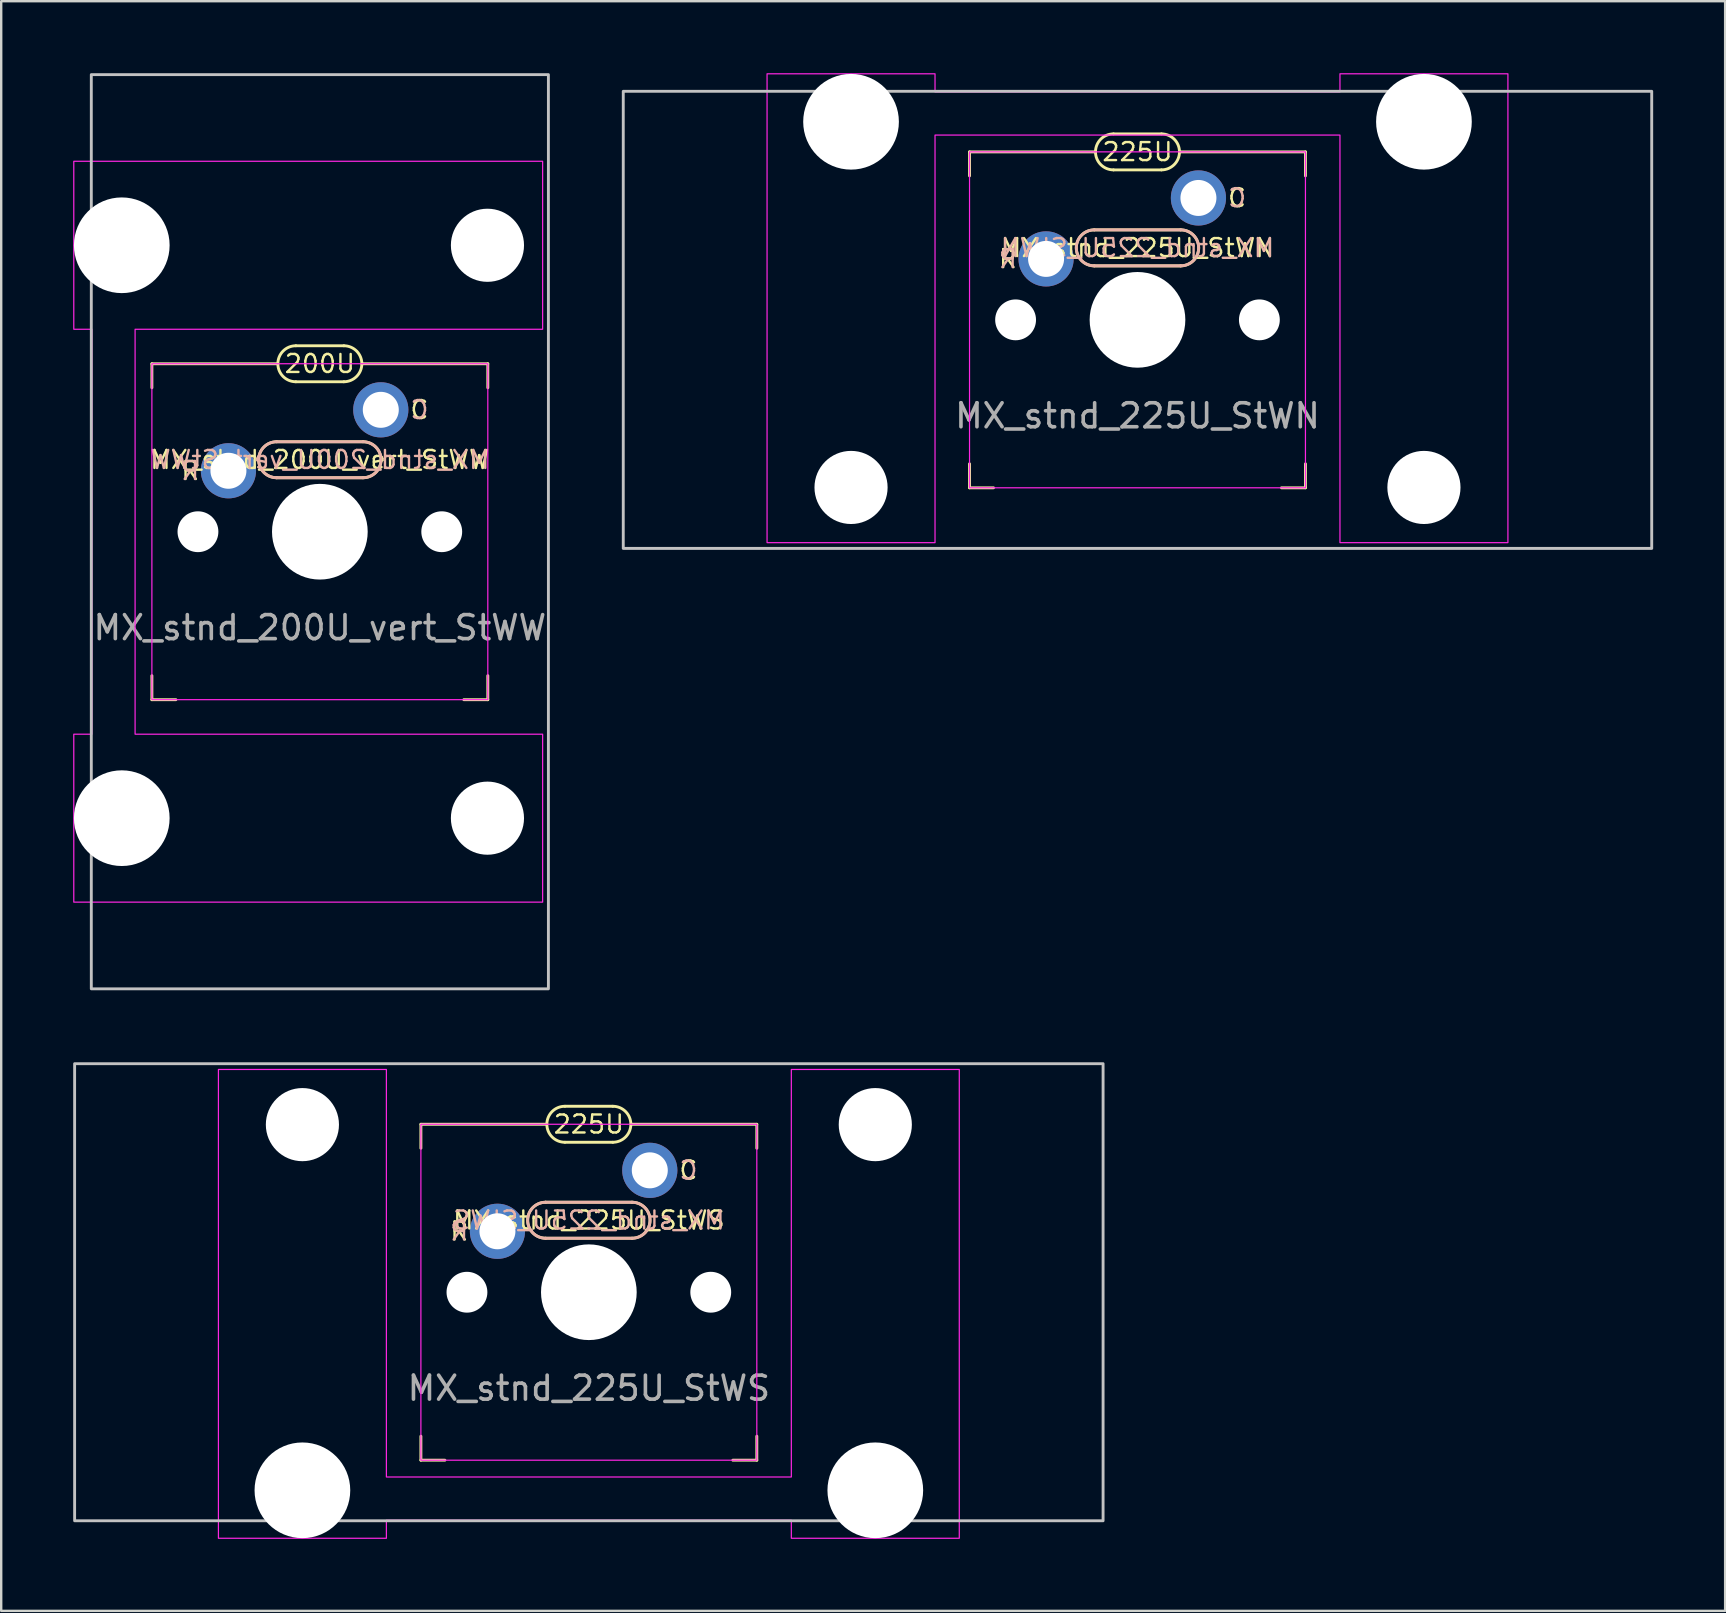
<source format=kicad_pcb>
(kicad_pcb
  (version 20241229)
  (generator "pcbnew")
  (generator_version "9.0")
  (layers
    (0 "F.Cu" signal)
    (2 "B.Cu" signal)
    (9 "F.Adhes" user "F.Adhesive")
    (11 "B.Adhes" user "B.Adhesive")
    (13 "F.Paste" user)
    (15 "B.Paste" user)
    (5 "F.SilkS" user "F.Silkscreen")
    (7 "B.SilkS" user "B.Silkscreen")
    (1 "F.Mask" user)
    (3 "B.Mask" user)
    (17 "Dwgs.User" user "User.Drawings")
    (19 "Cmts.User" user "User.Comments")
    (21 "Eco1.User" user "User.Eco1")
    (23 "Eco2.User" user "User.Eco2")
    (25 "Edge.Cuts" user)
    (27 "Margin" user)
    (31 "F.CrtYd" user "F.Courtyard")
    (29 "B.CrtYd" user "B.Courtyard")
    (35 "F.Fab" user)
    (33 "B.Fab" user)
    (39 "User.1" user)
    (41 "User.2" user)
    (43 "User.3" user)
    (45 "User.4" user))
  (footprint "MX_stnd_200U_vert_StWW"
    (layer "F.Cu")
    (at 10.28 19.11)
    (property "Reference" "MX_stnd_200U_vert_StWW" (at 0 -3 0) (unlocked yes) (layer "F.SilkS") (effects (font (size 0.75 0.75) (thickness 0.1))))
    (attr through_hole)
    (fp_line (start -7 -7) (end -1.75 -7) (stroke (width 0.12) (type solid)) (layer "F.SilkS"))
    (fp_line (start -7 -6) (end -7 -7) (stroke (width 0.12) (type solid)) (layer "F.SilkS"))
    (fp_line (start -7 7) (end -7 6) (stroke (width 0.12) (type solid)) (layer "F.SilkS"))
    (fp_line (start -6 7) (end -7 7) (stroke (width 0.12) (type solid)) (layer "F.SilkS"))
    (fp_line (start -1.8 -3.75) (end 1.8 -3.75) (stroke (width 0.12) (type solid)) (layer "F.SilkS"))
    (fp_line (start -1 -7.75) (end 1 -7.75) (stroke (width 0.12) (type solid)) (layer "F.SilkS"))
    (fp_line (start 1 -6.25) (end -1 -6.25) (stroke (width 0.12) (type solid)) (layer "F.SilkS"))
    (fp_line (start 1.8 -2.25) (end -1.8 -2.25) (stroke (width 0.12) (type solid)) (layer "F.SilkS"))
    (fp_line (start 6 7) (end 7 7) (stroke (width 0.12) (type solid)) (layer "F.SilkS"))
    (fp_line (start 7 -7) (end 1.75 -7) (stroke (width 0.12) (type solid)) (layer "F.SilkS"))
    (fp_line (start 7 -7) (end 7 -6) (stroke (width 0.12) (type solid)) (layer "F.SilkS"))
    (fp_line (start 7 7) (end 7 6) (stroke (width 0.12) (type solid)) (layer "F.SilkS"))
    (fp_arc (start -1.8 -2.25) (mid -2.55 -3) (end -1.8 -3.75) (stroke (width 0.12) (type solid)) (layer "F.SilkS"))
    (fp_arc (start -1 -6.25) (mid -1.75 -7) (end -1 -7.75) (stroke (width 0.12) (type solid)) (layer "F.SilkS"))
    (fp_arc (start 1 -7.75) (mid 1.75 -7) (end 1 -6.25) (stroke (width 0.12) (type solid)) (layer "F.SilkS"))
    (fp_arc (start 1.8 -3.75) (mid 2.55 -3) (end 1.8 -2.25) (stroke (width 0.12) (type solid)) (layer "F.SilkS"))
    (fp_line (start -1.8 -2.25) (end 1.8 -2.25) (stroke (width 0.12) (type solid)) (layer "B.SilkS"))
    (fp_line (start 1.8 -3.75) (end -1.8 -3.75) (stroke (width 0.12) (type solid)) (layer "B.SilkS"))
    (fp_arc (start -1.8 -2.25) (mid -2.55 -3) (end -1.8 -3.75) (stroke (width 0.12) (type solid)) (layer "B.SilkS"))
    (fp_arc (start 1.8 -3.75) (mid 2.55 -3) (end 1.8 -2.25) (stroke (width 0.12) (type solid)) (layer "B.SilkS"))
    (fp_rect (start -9.525 19.05) (end 9.525 -19.05) (stroke (width 0.12) (type solid)) (fill no) (layer "Dwgs.User"))
    (fp_rect (start -7 -7) (end 7 7) (stroke (width 0.05) (type solid)) (fill no) (layer "F.CrtYd"))
    (fp_poly (pts (xy -7.7 -8.438) (xy -7.7 8.438) (xy 9.285 8.438) (xy 9.285 15.438) (xy -10.255 15.438) (xy -10.255 8.438) (xy -9.5 8.438) (xy -9.5 -8.438) (xy -10.255 -8.438) (xy -10.255 -15.438) (xy 9.285 -15.438) (xy 9.285 -8.438)) (stroke (width 0.05) (type solid)) (fill no) (layer "F.CrtYd"))
    (fp_text user "200U" (at 0 -7 0) (unlocked yes) (layer "F.SilkS") (effects (font (size 0.75 0.75) (thickness 0.1))))
    (fp_text user "C" (at 4.15 -5.08 0) (unlocked yes) (layer "F.SilkS") (effects (font (size 0.75 0.75) (thickness 0.1))))
    (fp_text user "R" (at -5.4 -2.54 0) (unlocked yes) (layer "F.SilkS") (effects (font (size 0.75 0.75) (thickness 0.1))))
    (fp_text user "${REFERENCE}" (at 0 -3 0) (unlocked yes) (layer "B.SilkS") (effects (font (size 0.75 0.75) (thickness 0.1)) (justify mirror)))
    (fp_text user "C" (at 4.15 -5.08 0) (unlocked yes) (layer "B.SilkS") (effects (font (size 0.75 0.75) (thickness 0.1)) (justify mirror)))
    (fp_text user "R" (at -5.4 -2.54 0) (unlocked yes) (layer "B.SilkS") (effects (font (size 0.75 0.75) (thickness 0.1)) (justify mirror)))
    (fp_text user "${REFERENCE}" (at 0 4 0) (unlocked yes) (layer "F.Fab") (effects (font (size 1 1) (thickness 0.15))))
    (pad "" np_thru_hole circle (at -8.255 -11.938 270) (size 3.988 3.988) (drill 3.988) (layers "*.Cu" "*.Mask"))
    (pad "" np_thru_hole circle (at -8.255 11.938 270) (size 3.988 3.988) (drill 3.988) (layers "*.Cu" "*.Mask"))
    (pad "" np_thru_hole circle (at -5.08 0) (size 1.702 1.702) (drill 1.702) (layers "*.Cu" "*.Mask"))
    (pad "" np_thru_hole circle (at 0 0) (size 3.988 3.988) (drill 3.988) (layers "*.Cu" "*.Mask"))
    (pad "" np_thru_hole circle (at 5.08 0) (size 1.702 1.702) (drill 1.702) (layers "*.Cu" "*.Mask"))
    (pad "" np_thru_hole circle (at 6.985 -11.938 270) (size 3.048 3.048) (drill 3.048) (layers "*.Cu" "*.Mask"))
    (pad "" np_thru_hole circle (at 6.985 11.938 270) (size 3.048 3.048) (drill 3.048) (layers "*.Cu" "*.Mask"))
    (pad "1" thru_hole circle (at 2.54 -5.08) (size 2.3 2.3) (drill 1.5) (layers "*.Cu" "*.Mask"))
    (pad "2" thru_hole circle (at -3.81 -2.54) (size 2.3 2.3) (drill 1.5) (layers "*.Cu" "*.Mask")))
  (footprint "MX_stnd_225U_StWS"
    (layer "F.Cu")
    (at 21.491 50.805)
    (property "Reference" "MX_stnd_225U_StWS" (at 0 -3 0) (unlocked yes) (layer "F.SilkS") (effects (font (size 0.75 0.75) (thickness 0.1))))
    (attr through_hole)
    (fp_line (start -7 -7) (end -1.75 -7) (stroke (width 0.12) (type solid)) (layer "F.SilkS"))
    (fp_line (start -7 -6) (end -7 -7) (stroke (width 0.12) (type solid)) (layer "F.SilkS"))
    (fp_line (start -7 7) (end -7 6) (stroke (width 0.12) (type solid)) (layer "F.SilkS"))
    (fp_line (start -6 7) (end -7 7) (stroke (width 0.12) (type solid)) (layer "F.SilkS"))
    (fp_line (start -1.8 -3.75) (end 1.8 -3.75) (stroke (width 0.12) (type solid)) (layer "F.SilkS"))
    (fp_line (start -1 -7.75) (end 1 -7.75) (stroke (width 0.12) (type solid)) (layer "F.SilkS"))
    (fp_line (start 1 -6.25) (end -1 -6.25) (stroke (width 0.12) (type solid)) (layer "F.SilkS"))
    (fp_line (start 1.8 -2.25) (end -1.8 -2.25) (stroke (width 0.12) (type solid)) (layer "F.SilkS"))
    (fp_line (start 6 7) (end 7 7) (stroke (width 0.12) (type solid)) (layer "F.SilkS"))
    (fp_line (start 7 -7) (end 1.75 -7) (stroke (width 0.12) (type solid)) (layer "F.SilkS"))
    (fp_line (start 7 -7) (end 7 -6) (stroke (width 0.12) (type solid)) (layer "F.SilkS"))
    (fp_line (start 7 7) (end 7 6) (stroke (width 0.12) (type solid)) (layer "F.SilkS"))
    (fp_arc (start -1.8 -2.25) (mid -2.55 -3) (end -1.8 -3.75) (stroke (width 0.12) (type solid)) (layer "F.SilkS"))
    (fp_arc (start -1 -6.25) (mid -1.75 -7) (end -1 -7.75) (stroke (width 0.12) (type solid)) (layer "F.SilkS"))
    (fp_arc (start 1 -7.75) (mid 1.75 -7) (end 1 -6.25) (stroke (width 0.12) (type solid)) (layer "F.SilkS"))
    (fp_arc (start 1.8 -3.75) (mid 2.55 -3) (end 1.8 -2.25) (stroke (width 0.12) (type solid)) (layer "F.SilkS"))
    (fp_line (start -1.8 -2.25) (end 1.8 -2.25) (stroke (width 0.12) (type solid)) (layer "B.SilkS"))
    (fp_line (start 1.8 -3.75) (end -1.8 -3.75) (stroke (width 0.12) (type solid)) (layer "B.SilkS"))
    (fp_arc (start -1.8 -2.25) (mid -2.55 -3) (end -1.8 -3.75) (stroke (width 0.12) (type solid)) (layer "B.SilkS"))
    (fp_arc (start 1.8 -3.75) (mid 2.55 -3) (end 1.8 -2.25) (stroke (width 0.12) (type solid)) (layer "B.SilkS"))
    (fp_rect (start -21.431 -9.525) (end 21.431 9.525) (stroke (width 0.12) (type solid)) (fill no) (layer "Dwgs.User"))
    (fp_rect (start -7 -7) (end 7 7) (stroke (width 0.05) (type solid)) (fill no) (layer "F.CrtYd"))
    (fp_poly (pts (xy -8.438 7.7) (xy 8.438 7.7) (xy 8.438 -9.285) (xy 15.438 -9.285) (xy 15.438 10.255) (xy 8.438 10.255) (xy 8.438 9.5) (xy -8.438 9.5) (xy -8.438 10.255) (xy -15.438 10.255) (xy -15.438 -9.285) (xy -8.438 -9.285)) (stroke (width 0.05) (type solid)) (fill no) (layer "F.CrtYd"))
    (fp_text user "C" (at 4.15 -5.08 0) (unlocked yes) (layer "F.SilkS") (effects (font (size 0.75 0.75) (thickness 0.1))))
    (fp_text user "225U" (at 0 -7 0) (unlocked yes) (layer "F.SilkS") (effects (font (size 0.75 0.75) (thickness 0.1))))
    (fp_text user "R" (at -5.4 -2.54 0) (unlocked yes) (layer "F.SilkS") (effects (font (size 0.75 0.75) (thickness 0.1))))
    (fp_text user "R" (at -5.4 -2.54 0) (unlocked yes) (layer "B.SilkS") (effects (font (size 0.75 0.75) (thickness 0.1)) (justify mirror)))
    (fp_text user "C" (at 4.15 -5.08 0) (unlocked yes) (layer "B.SilkS") (effects (font (size 0.75 0.75) (thickness 0.1)) (justify mirror)))
    (fp_text user "${REFERENCE}" (at 0 -3 0) (unlocked yes) (layer "B.SilkS") (effects (font (size 0.75 0.75) (thickness 0.1)) (justify mirror)))
    (fp_text user "${REFERENCE}" (at 0 4 0) (unlocked yes) (layer "F.Fab") (effects (font (size 1 1) (thickness 0.15))))
    (pad "" np_thru_hole circle (at -11.938 -6.985) (size 3.048 3.048) (drill 3.048) (layers "*.Cu" "*.Mask"))
    (pad "" np_thru_hole circle (at -11.938 8.255) (size 3.988 3.988) (drill 3.988) (layers "*.Cu" "*.Mask"))
    (pad "" np_thru_hole circle (at -5.08 0) (size 1.702 1.702) (drill 1.702) (layers "*.Cu" "*.Mask"))
    (pad "" np_thru_hole circle (at 0 0) (size 3.988 3.988) (drill 3.988) (layers "*.Cu" "*.Mask"))
    (pad "" np_thru_hole circle (at 5.08 0) (size 1.702 1.702) (drill 1.702) (layers "*.Cu" "*.Mask"))
    (pad "" np_thru_hole circle (at 11.938 -6.985) (size 3.048 3.048) (drill 3.048) (layers "*.Cu" "*.Mask"))
    (pad "" np_thru_hole circle (at 11.938 8.255) (size 3.988 3.988) (drill 3.988) (layers "*.Cu" "*.Mask"))
    (pad "1" thru_hole circle (at 2.54 -5.08) (size 2.3 2.3) (drill 1.5) (layers "*.Cu" "*.Mask"))
    (pad "2" thru_hole circle (at -3.81 -2.54) (size 2.3 2.3) (drill 1.5) (layers "*.Cu" "*.Mask")))
  (footprint "MX_stnd_225U_StWN"
    (layer "F.Cu")
    (at 44.356 10.28)
    (property "Reference" "MX_stnd_225U_StWN" (at 0 -3 0) (unlocked yes) (layer "F.SilkS") (effects (font (size 0.75 0.75) (thickness 0.1))))
    (attr through_hole)
    (fp_line (start -7 -7) (end -1.75 -7) (stroke (width 0.12) (type solid)) (layer "F.SilkS"))
    (fp_line (start -7 -6) (end -7 -7) (stroke (width 0.12) (type solid)) (layer "F.SilkS"))
    (fp_line (start -7 7) (end -7 6) (stroke (width 0.12) (type solid)) (layer "F.SilkS"))
    (fp_line (start -6 7) (end -7 7) (stroke (width 0.12) (type solid)) (layer "F.SilkS"))
    (fp_line (start -1.8 -3.75) (end 1.8 -3.75) (stroke (width 0.12) (type solid)) (layer "F.SilkS"))
    (fp_line (start -1 -7.75) (end 1 -7.75) (stroke (width 0.12) (type solid)) (layer "F.SilkS"))
    (fp_line (start 1 -6.25) (end -1 -6.25) (stroke (width 0.12) (type solid)) (layer "F.SilkS"))
    (fp_line (start 1.8 -2.25) (end -1.8 -2.25) (stroke (width 0.12) (type solid)) (layer "F.SilkS"))
    (fp_line (start 6 7) (end 7 7) (stroke (width 0.12) (type solid)) (layer "F.SilkS"))
    (fp_line (start 7 -7) (end 1.75 -7) (stroke (width 0.12) (type solid)) (layer "F.SilkS"))
    (fp_line (start 7 -7) (end 7 -6) (stroke (width 0.12) (type solid)) (layer "F.SilkS"))
    (fp_line (start 7 7) (end 7 6) (stroke (width 0.12) (type solid)) (layer "F.SilkS"))
    (fp_arc (start -1.8 -2.25) (mid -2.55 -3) (end -1.8 -3.75) (stroke (width 0.12) (type solid)) (layer "F.SilkS"))
    (fp_arc (start -1 -6.25) (mid -1.75 -7) (end -1 -7.75) (stroke (width 0.12) (type solid)) (layer "F.SilkS"))
    (fp_arc (start 1 -7.75) (mid 1.75 -7) (end 1 -6.25) (stroke (width 0.12) (type solid)) (layer "F.SilkS"))
    (fp_arc (start 1.8 -3.75) (mid 2.55 -3) (end 1.8 -2.25) (stroke (width 0.12) (type solid)) (layer "F.SilkS"))
    (fp_line (start -1.8 -2.25) (end 1.8 -2.25) (stroke (width 0.12) (type solid)) (layer "B.SilkS"))
    (fp_line (start 1.8 -3.75) (end -1.8 -3.75) (stroke (width 0.12) (type solid)) (layer "B.SilkS"))
    (fp_arc (start -1.8 -2.25) (mid -2.55 -3) (end -1.8 -3.75) (stroke (width 0.12) (type solid)) (layer "B.SilkS"))
    (fp_arc (start 1.8 -3.75) (mid 2.55 -3) (end 1.8 -2.25) (stroke (width 0.12) (type solid)) (layer "B.SilkS"))
    (fp_rect (start -21.431 -9.525) (end 21.431 9.525) (stroke (width 0.12) (type solid)) (fill no) (layer "Dwgs.User"))
    (fp_rect (start -7 -7) (end 7 7) (stroke (width 0.05) (type solid)) (fill no) (layer "F.CrtYd"))
    (fp_poly (pts (xy 8.438 -7.7) (xy -8.438 -7.7) (xy -8.438 9.285) (xy -15.438 9.285) (xy -15.438 -10.255) (xy -8.438 -10.255) (xy -8.438 -9.5) (xy 8.438 -9.5) (xy 8.438 -10.255) (xy 15.438 -10.255) (xy 15.438 9.285) (xy 8.438 9.285)) (stroke (width 0.05) (type solid)) (fill no) (layer "F.CrtYd"))
    (fp_text user "C" (at 4.15 -5.08 0) (unlocked yes) (layer "F.SilkS") (effects (font (size 0.75 0.75) (thickness 0.1))))
    (fp_text user "R" (at -5.4 -2.54 0) (unlocked yes) (layer "F.SilkS") (effects (font (size 0.75 0.75) (thickness 0.1))))
    (fp_text user "225U" (at 0 -7 0) (unlocked yes) (layer "F.SilkS") (effects (font (size 0.75 0.75) (thickness 0.1))))
    (fp_text user "R" (at -5.4 -2.54 0) (unlocked yes) (layer "B.SilkS") (effects (font (size 0.75 0.75) (thickness 0.1)) (justify mirror)))
    (fp_text user "C" (at 4.15 -5.08 0) (unlocked yes) (layer "B.SilkS") (effects (font (size 0.75 0.75) (thickness 0.1)) (justify mirror)))
    (fp_text user "${REFERENCE}" (at 0 -3 0) (unlocked yes) (layer "B.SilkS") (effects (font (size 0.75 0.75) (thickness 0.1)) (justify mirror)))
    (fp_text user "${REFERENCE}" (at 0 4 0) (unlocked yes) (layer "F.Fab") (effects (font (size 1 1) (thickness 0.15))))
    (pad "" np_thru_hole circle (at -11.938 -8.255 180) (size 3.988 3.988) (drill 3.988) (layers "*.Cu" "*.Mask"))
    (pad "" np_thru_hole circle (at -11.938 6.985 180) (size 3.048 3.048) (drill 3.048) (layers "*.Cu" "*.Mask"))
    (pad "" np_thru_hole circle (at -5.08 0) (size 1.702 1.702) (drill 1.702) (layers "*.Cu" "*.Mask"))
    (pad "" np_thru_hole circle (at 0 0) (size 3.988 3.988) (drill 3.988) (layers "*.Cu" "*.Mask"))
    (pad "" np_thru_hole circle (at 5.08 0) (size 1.702 1.702) (drill 1.702) (layers "*.Cu" "*.Mask"))
    (pad "" np_thru_hole circle (at 11.938 -8.255 180) (size 3.988 3.988) (drill 3.988) (layers "*.Cu" "*.Mask"))
    (pad "" np_thru_hole circle (at 11.938 6.985 180) (size 3.048 3.048) (drill 3.048) (layers "*.Cu" "*.Mask"))
    (pad "1" thru_hole circle (at 2.54 -5.08) (size 2.3 2.3) (drill 1.5) (layers "*.Cu" "*.Mask"))
    (pad "2" thru_hole circle (at -3.81 -2.54) (size 2.3 2.3) (drill 1.5) (layers "*.Cu" "*.Mask")))
  (gr_rect
    (start -3 -3)
    (end 68.847 64.085)
    (stroke (width 0.1) (type default))
    (fill no)
    (layer "Edge.Cuts")))
</source>
